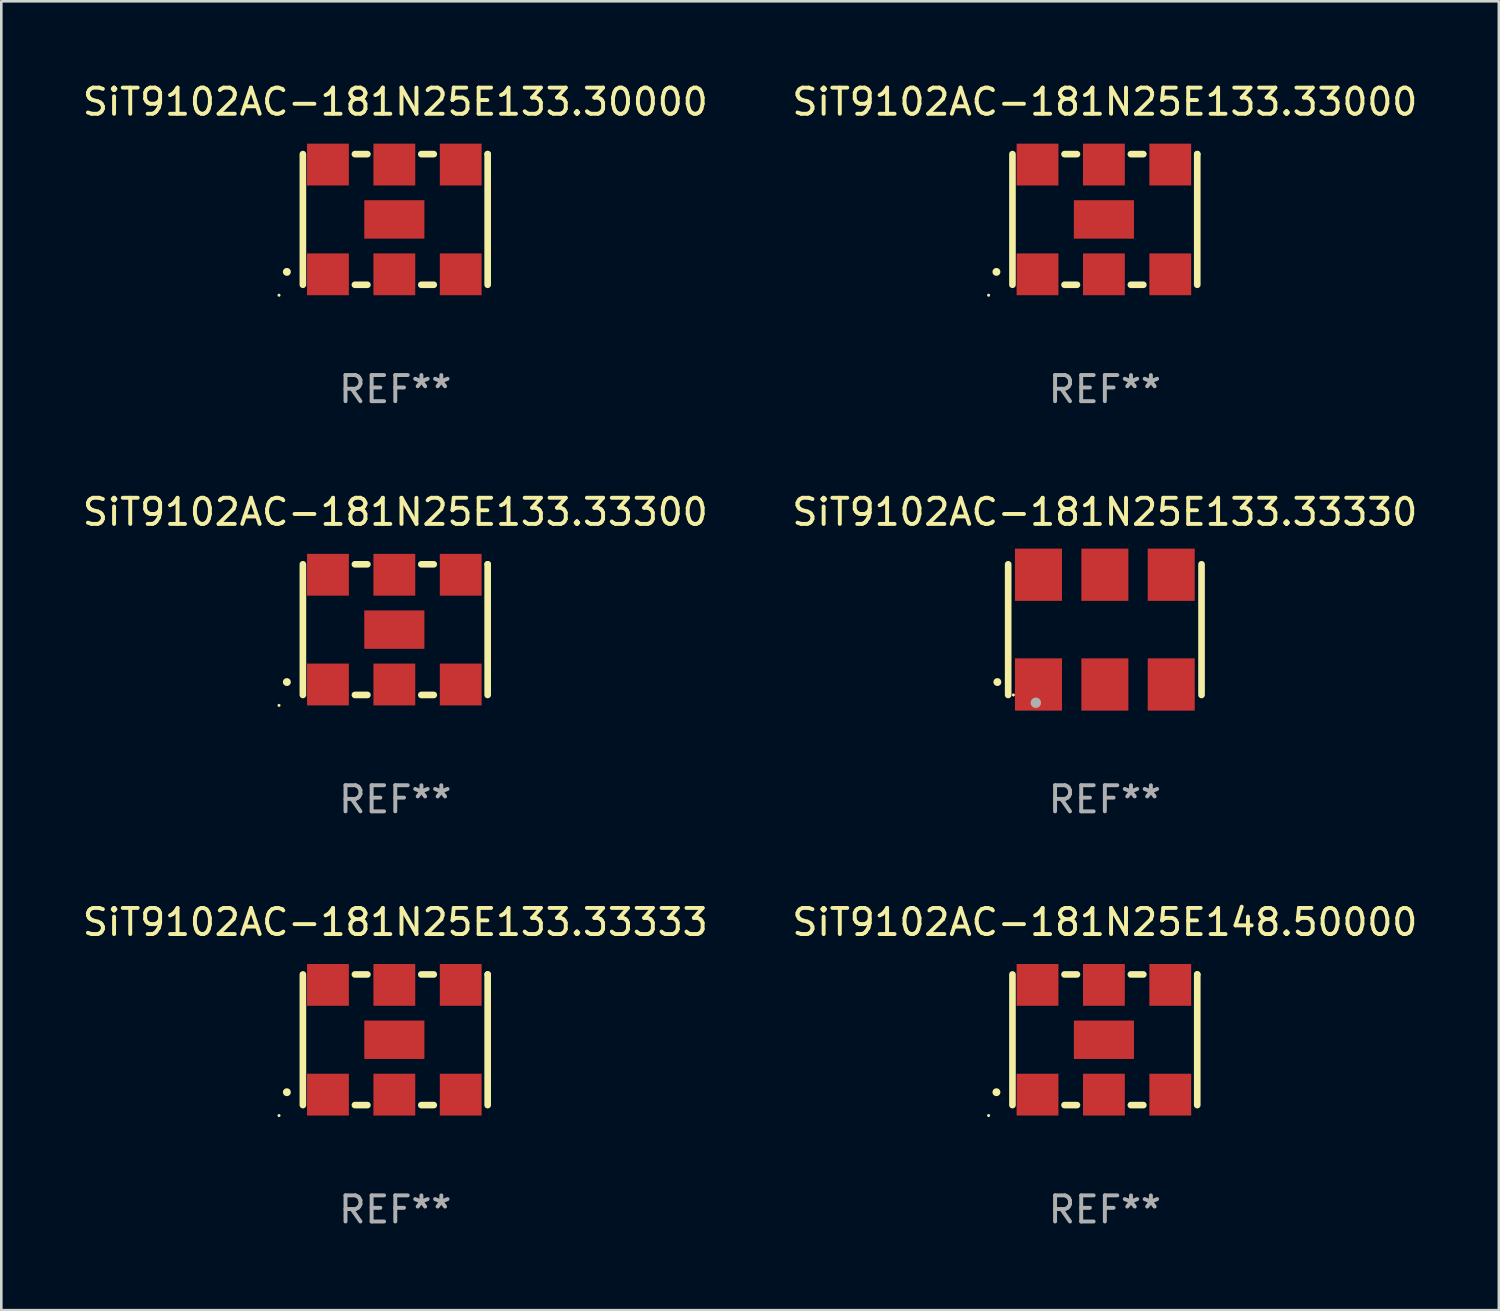
<source format=kicad_pcb>
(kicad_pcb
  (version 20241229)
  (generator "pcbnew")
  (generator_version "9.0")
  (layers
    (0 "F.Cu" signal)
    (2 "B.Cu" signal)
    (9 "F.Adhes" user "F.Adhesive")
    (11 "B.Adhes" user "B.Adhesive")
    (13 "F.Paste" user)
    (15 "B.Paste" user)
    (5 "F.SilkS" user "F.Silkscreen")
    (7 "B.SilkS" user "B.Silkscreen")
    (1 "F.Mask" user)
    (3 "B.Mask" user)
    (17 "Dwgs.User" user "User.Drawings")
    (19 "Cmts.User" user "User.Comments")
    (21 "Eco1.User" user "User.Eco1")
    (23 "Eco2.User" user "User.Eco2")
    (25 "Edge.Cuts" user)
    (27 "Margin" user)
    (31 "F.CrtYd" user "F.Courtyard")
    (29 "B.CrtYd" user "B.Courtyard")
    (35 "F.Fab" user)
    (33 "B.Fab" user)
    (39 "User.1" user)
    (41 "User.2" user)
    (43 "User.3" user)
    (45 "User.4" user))
  (footprint "SiT9102AC-181N25E133.33300"
    (layer "F.Cu")
    (at 12.077 21.045)
    (property "Reference" "SiT9102AC-181N25E133.33300" (at 0 -4.5 0) (layer "F.SilkS") (effects (font (size 1 1) (thickness 0.15))))
    (attr through_hole)
    (fp_line (start -3.536 -2.5) (end -3.536 2.5) (stroke (width 0.254) (type solid)) (layer "F.SilkS"))
    (fp_line (start -1.544 2.5) (end -1.067 2.5) (stroke (width 0.254) (type solid)) (layer "F.SilkS"))
    (fp_line (start -1.067 -2.5) (end -1.544 -2.5) (stroke (width 0.254) (type solid)) (layer "F.SilkS"))
    (fp_line (start 0.996 2.5) (end 1.473 2.5) (stroke (width 0.254) (type solid)) (layer "F.SilkS"))
    (fp_line (start 1.473 -2.5) (end 0.996 -2.5) (stroke (width 0.254) (type solid)) (layer "F.SilkS"))
    (fp_line (start 3.536 -2.5) (end 3.536 -2.5) (stroke (width 0.254) (type solid)) (layer "F.SilkS"))
    (fp_line (start 3.536 2.5) (end 3.536 -2.5) (stroke (width 0.254) (type solid)) (layer "F.SilkS"))
    (fp_arc (start -4.150432 2.006604) (mid -4.149162 2.006599) (end -4.147892 2.006604) (stroke (width 0.3) (type solid)) (layer "F.SilkS"))
    (fp_circle (center -4.449 2.9) (end -4.419 2.9) (stroke (width 0.06) (type solid)) (fill no) (layer "F.SilkS"))
    (fp_text user "REF**" (at 0 6.5 0) (layer "F.Fab") (effects (font (size 1 1) (thickness 0.15))))
    (pad "1" smd rect (at -2.576 2.1) (size 1.6 1.6) (layers "F.Cu" "F.Mask" "F.Paste"))
    (pad "2" smd rect (at -0.036 2.1) (size 1.6 1.6) (layers "F.Cu" "F.Mask" "F.Paste"))
    (pad "3" smd rect (at 2.504 2.1) (size 1.6 1.6) (layers "F.Cu" "F.Mask" "F.Paste"))
    (pad "4" smd rect (at 2.504 -2.1) (size 1.6 1.6) (layers "F.Cu" "F.Mask" "F.Paste"))
    (pad "5" smd rect (at -0.036 -2.1) (size 1.6 1.6) (layers "F.Cu" "F.Mask" "F.Paste"))
    (pad "6" smd rect (at -2.576 -2.1) (size 1.6 1.6) (layers "F.Cu" "F.Mask" "F.Paste"))
    (pad "7" smd rect (at -0.036 0) (size 2.3 1.47) (layers "F.Cu" "F.Mask" "F.Paste")))
  (footprint "SiT9102AC-181N25E133.33330"
    (layer "F.Cu")
    (at 39.232 21.045)
    (property "Reference" "SiT9102AC-181N25E133.33330" (at 0 -4.5 0) (layer "F.SilkS") (effects (font (size 1 1) (thickness 0.15))))
    (attr through_hole)
    (fp_line (start -3.7 -2.5) (end -3.7 2.5) (stroke (width 0.254) (type solid)) (layer "F.SilkS"))
    (fp_line (start 3.7 -2.5) (end 3.7 2.5) (stroke (width 0.254) (type solid)) (layer "F.SilkS"))
    (fp_arc (start -4.114415 2.006604) (mid -4.113145 2.006599) (end -4.111875 2.006604) (stroke (width 0.3) (type solid)) (layer "F.SilkS"))
    (fp_circle (center -3.5 2.501) (end -3.47 2.501) (stroke (width 0.06) (type solid)) (fill no) (layer "F.SilkS"))
    (fp_circle (center -2.641 2.799) (end -2.541 2.799) (stroke (width 0.2) (type solid)) (fill no) (layer "F.Fab"))
    (fp_text user "REF**" (at 0 6.5 0) (layer "F.Fab") (effects (font (size 1 1) (thickness 0.15))))
    (pad "1" smd rect (at -2.54 2.1) (size 1.8 2) (layers "F.Cu" "F.Mask" "F.Paste"))
    (pad "2" smd rect (at 0.000394 2.1) (size 1.8 2) (layers "F.Cu" "F.Mask" "F.Paste"))
    (pad "3" smd rect (at 2.54 2.1) (size 1.8 2) (layers "F.Cu" "F.Mask" "F.Paste"))
    (pad "4" smd rect (at 2.54 -2.1) (size 1.8 2) (layers "F.Cu" "F.Mask" "F.Paste"))
    (pad "5" smd rect (at 0.000394 -2.1) (size 1.8 2) (layers "F.Cu" "F.Mask" "F.Paste"))
    (pad "6" smd rect (at -2.54 -2.1) (size 1.8 2) (layers "F.Cu" "F.Mask" "F.Paste")))
  (footprint "SiT9102AC-181N25E133.33000"
    (layer "F.Cu")
    (at 39.232 5.348)
    (property "Reference" "SiT9102AC-181N25E133.33000" (at 0 -4.5 0) (layer "F.SilkS") (effects (font (size 1 1) (thickness 0.15))))
    (attr through_hole)
    (fp_line (start -3.536 -2.5) (end -3.536 2.5) (stroke (width 0.254) (type solid)) (layer "F.SilkS"))
    (fp_line (start -1.544 2.5) (end -1.067 2.5) (stroke (width 0.254) (type solid)) (layer "F.SilkS"))
    (fp_line (start -1.067 -2.5) (end -1.544 -2.5) (stroke (width 0.254) (type solid)) (layer "F.SilkS"))
    (fp_line (start 0.996 2.5) (end 1.473 2.5) (stroke (width 0.254) (type solid)) (layer "F.SilkS"))
    (fp_line (start 1.473 -2.5) (end 0.996 -2.5) (stroke (width 0.254) (type solid)) (layer "F.SilkS"))
    (fp_line (start 3.536 -2.5) (end 3.536 -2.5) (stroke (width 0.254) (type solid)) (layer "F.SilkS"))
    (fp_line (start 3.536 2.5) (end 3.536 -2.5) (stroke (width 0.254) (type solid)) (layer "F.SilkS"))
    (fp_arc (start -4.150432 2.006604) (mid -4.149162 2.006599) (end -4.147892 2.006604) (stroke (width 0.3) (type solid)) (layer "F.SilkS"))
    (fp_circle (center -4.449 2.9) (end -4.419 2.9) (stroke (width 0.06) (type solid)) (fill no) (layer "F.SilkS"))
    (fp_text user "REF**" (at 0 6.5 0) (layer "F.Fab") (effects (font (size 1 1) (thickness 0.15))))
    (pad "1" smd rect (at -2.576 2.1) (size 1.6 1.6) (layers "F.Cu" "F.Mask" "F.Paste"))
    (pad "2" smd rect (at -0.036 2.1) (size 1.6 1.6) (layers "F.Cu" "F.Mask" "F.Paste"))
    (pad "3" smd rect (at 2.504 2.1) (size 1.6 1.6) (layers "F.Cu" "F.Mask" "F.Paste"))
    (pad "4" smd rect (at 2.504 -2.1) (size 1.6 1.6) (layers "F.Cu" "F.Mask" "F.Paste"))
    (pad "5" smd rect (at -0.036 -2.1) (size 1.6 1.6) (layers "F.Cu" "F.Mask" "F.Paste"))
    (pad "6" smd rect (at -2.576 -2.1) (size 1.6 1.6) (layers "F.Cu" "F.Mask" "F.Paste"))
    (pad "7" smd rect (at -0.036 0) (size 2.3 1.47) (layers "F.Cu" "F.Mask" "F.Paste")))
  (footprint "SiT9102AC-181N25E133.33333"
    (layer "F.Cu")
    (at 12.077 36.741)
    (property "Reference" "SiT9102AC-181N25E133.33333" (at 0 -4.5 0) (layer "F.SilkS") (effects (font (size 1 1) (thickness 0.15))))
    (attr through_hole)
    (fp_line (start -3.536 -2.5) (end -3.536 2.5) (stroke (width 0.254) (type solid)) (layer "F.SilkS"))
    (fp_line (start -1.544 2.5) (end -1.067 2.5) (stroke (width 0.254) (type solid)) (layer "F.SilkS"))
    (fp_line (start -1.067 -2.5) (end -1.544 -2.5) (stroke (width 0.254) (type solid)) (layer "F.SilkS"))
    (fp_line (start 0.996 2.5) (end 1.473 2.5) (stroke (width 0.254) (type solid)) (layer "F.SilkS"))
    (fp_line (start 1.473 -2.5) (end 0.996 -2.5) (stroke (width 0.254) (type solid)) (layer "F.SilkS"))
    (fp_line (start 3.536 -2.5) (end 3.536 -2.5) (stroke (width 0.254) (type solid)) (layer "F.SilkS"))
    (fp_line (start 3.536 2.5) (end 3.536 -2.5) (stroke (width 0.254) (type solid)) (layer "F.SilkS"))
    (fp_arc (start -4.150432 2.006604) (mid -4.149162 2.006599) (end -4.147892 2.006604) (stroke (width 0.3) (type solid)) (layer "F.SilkS"))
    (fp_circle (center -4.449 2.9) (end -4.419 2.9) (stroke (width 0.06) (type solid)) (fill no) (layer "F.SilkS"))
    (fp_text user "REF**" (at 0 6.5 0) (layer "F.Fab") (effects (font (size 1 1) (thickness 0.15))))
    (pad "1" smd rect (at -2.576 2.1) (size 1.6 1.6) (layers "F.Cu" "F.Mask" "F.Paste"))
    (pad "2" smd rect (at -0.036 2.1) (size 1.6 1.6) (layers "F.Cu" "F.Mask" "F.Paste"))
    (pad "3" smd rect (at 2.504 2.1) (size 1.6 1.6) (layers "F.Cu" "F.Mask" "F.Paste"))
    (pad "4" smd rect (at 2.504 -2.1) (size 1.6 1.6) (layers "F.Cu" "F.Mask" "F.Paste"))
    (pad "5" smd rect (at -0.036 -2.1) (size 1.6 1.6) (layers "F.Cu" "F.Mask" "F.Paste"))
    (pad "6" smd rect (at -2.576 -2.1) (size 1.6 1.6) (layers "F.Cu" "F.Mask" "F.Paste"))
    (pad "7" smd rect (at -0.036 0) (size 2.3 1.47) (layers "F.Cu" "F.Mask" "F.Paste")))
  (footprint "SiT9102AC-181N25E148.50000"
    (layer "F.Cu")
    (at 39.232 36.741)
    (property "Reference" "SiT9102AC-181N25E148.50000" (at 0 -4.5 0) (layer "F.SilkS") (effects (font (size 1 1) (thickness 0.15))))
    (attr through_hole)
    (fp_line (start -3.536 -2.5) (end -3.536 2.5) (stroke (width 0.254) (type solid)) (layer "F.SilkS"))
    (fp_line (start -1.544 2.5) (end -1.067 2.5) (stroke (width 0.254) (type solid)) (layer "F.SilkS"))
    (fp_line (start -1.067 -2.5) (end -1.544 -2.5) (stroke (width 0.254) (type solid)) (layer "F.SilkS"))
    (fp_line (start 0.996 2.5) (end 1.473 2.5) (stroke (width 0.254) (type solid)) (layer "F.SilkS"))
    (fp_line (start 1.473 -2.5) (end 0.996 -2.5) (stroke (width 0.254) (type solid)) (layer "F.SilkS"))
    (fp_line (start 3.536 -2.5) (end 3.536 -2.5) (stroke (width 0.254) (type solid)) (layer "F.SilkS"))
    (fp_line (start 3.536 2.5) (end 3.536 -2.5) (stroke (width 0.254) (type solid)) (layer "F.SilkS"))
    (fp_arc (start -4.150432 2.006604) (mid -4.149162 2.006599) (end -4.147892 2.006604) (stroke (width 0.3) (type solid)) (layer "F.SilkS"))
    (fp_circle (center -4.449 2.9) (end -4.419 2.9) (stroke (width 0.06) (type solid)) (fill no) (layer "F.SilkS"))
    (fp_text user "REF**" (at 0 6.5 0) (layer "F.Fab") (effects (font (size 1 1) (thickness 0.15))))
    (pad "1" smd rect (at -2.576 2.1) (size 1.6 1.6) (layers "F.Cu" "F.Mask" "F.Paste"))
    (pad "2" smd rect (at -0.036 2.1) (size 1.6 1.6) (layers "F.Cu" "F.Mask" "F.Paste"))
    (pad "3" smd rect (at 2.504 2.1) (size 1.6 1.6) (layers "F.Cu" "F.Mask" "F.Paste"))
    (pad "4" smd rect (at 2.504 -2.1) (size 1.6 1.6) (layers "F.Cu" "F.Mask" "F.Paste"))
    (pad "5" smd rect (at -0.036 -2.1) (size 1.6 1.6) (layers "F.Cu" "F.Mask" "F.Paste"))
    (pad "6" smd rect (at -2.576 -2.1) (size 1.6 1.6) (layers "F.Cu" "F.Mask" "F.Paste"))
    (pad "7" smd rect (at -0.036 0) (size 2.3 1.47) (layers "F.Cu" "F.Mask" "F.Paste")))
  (footprint "SiT9102AC-181N25E133.30000"
    (layer "F.Cu")
    (at 12.077 5.348)
    (property "Reference" "SiT9102AC-181N25E133.30000" (at 0 -4.5 0) (layer "F.SilkS") (effects (font (size 1 1) (thickness 0.15))))
    (attr through_hole)
    (fp_line (start -3.536 -2.5) (end -3.536 2.5) (stroke (width 0.254) (type solid)) (layer "F.SilkS"))
    (fp_line (start -1.544 2.5) (end -1.067 2.5) (stroke (width 0.254) (type solid)) (layer "F.SilkS"))
    (fp_line (start -1.067 -2.5) (end -1.544 -2.5) (stroke (width 0.254) (type solid)) (layer "F.SilkS"))
    (fp_line (start 0.996 2.5) (end 1.473 2.5) (stroke (width 0.254) (type solid)) (layer "F.SilkS"))
    (fp_line (start 1.473 -2.5) (end 0.996 -2.5) (stroke (width 0.254) (type solid)) (layer "F.SilkS"))
    (fp_line (start 3.536 -2.5) (end 3.536 -2.5) (stroke (width 0.254) (type solid)) (layer "F.SilkS"))
    (fp_line (start 3.536 2.5) (end 3.536 -2.5) (stroke (width 0.254) (type solid)) (layer "F.SilkS"))
    (fp_arc (start -4.150432 2.006604) (mid -4.149162 2.006599) (end -4.147892 2.006604) (stroke (width 0.3) (type solid)) (layer "F.SilkS"))
    (fp_circle (center -4.449 2.9) (end -4.419 2.9) (stroke (width 0.06) (type solid)) (fill no) (layer "F.SilkS"))
    (fp_text user "REF**" (at 0 6.5 0) (layer "F.Fab") (effects (font (size 1 1) (thickness 0.15))))
    (pad "1" smd rect (at -2.576 2.1) (size 1.6 1.6) (layers "F.Cu" "F.Mask" "F.Paste"))
    (pad "2" smd rect (at -0.036 2.1) (size 1.6 1.6) (layers "F.Cu" "F.Mask" "F.Paste"))
    (pad "3" smd rect (at 2.504 2.1) (size 1.6 1.6) (layers "F.Cu" "F.Mask" "F.Paste"))
    (pad "4" smd rect (at 2.504 -2.1) (size 1.6 1.6) (layers "F.Cu" "F.Mask" "F.Paste"))
    (pad "5" smd rect (at -0.036 -2.1) (size 1.6 1.6) (layers "F.Cu" "F.Mask" "F.Paste"))
    (pad "6" smd rect (at -2.576 -2.1) (size 1.6 1.6) (layers "F.Cu" "F.Mask" "F.Paste"))
    (pad "7" smd rect (at -0.036 0) (size 2.3 1.47) (layers "F.Cu" "F.Mask" "F.Paste")))
  (gr_rect
    (start -3 -3)
    (end 54.31 47.09)
    (stroke (width 0.1) (type default))
    (fill no)
    (layer "Edge.Cuts")))
</source>
